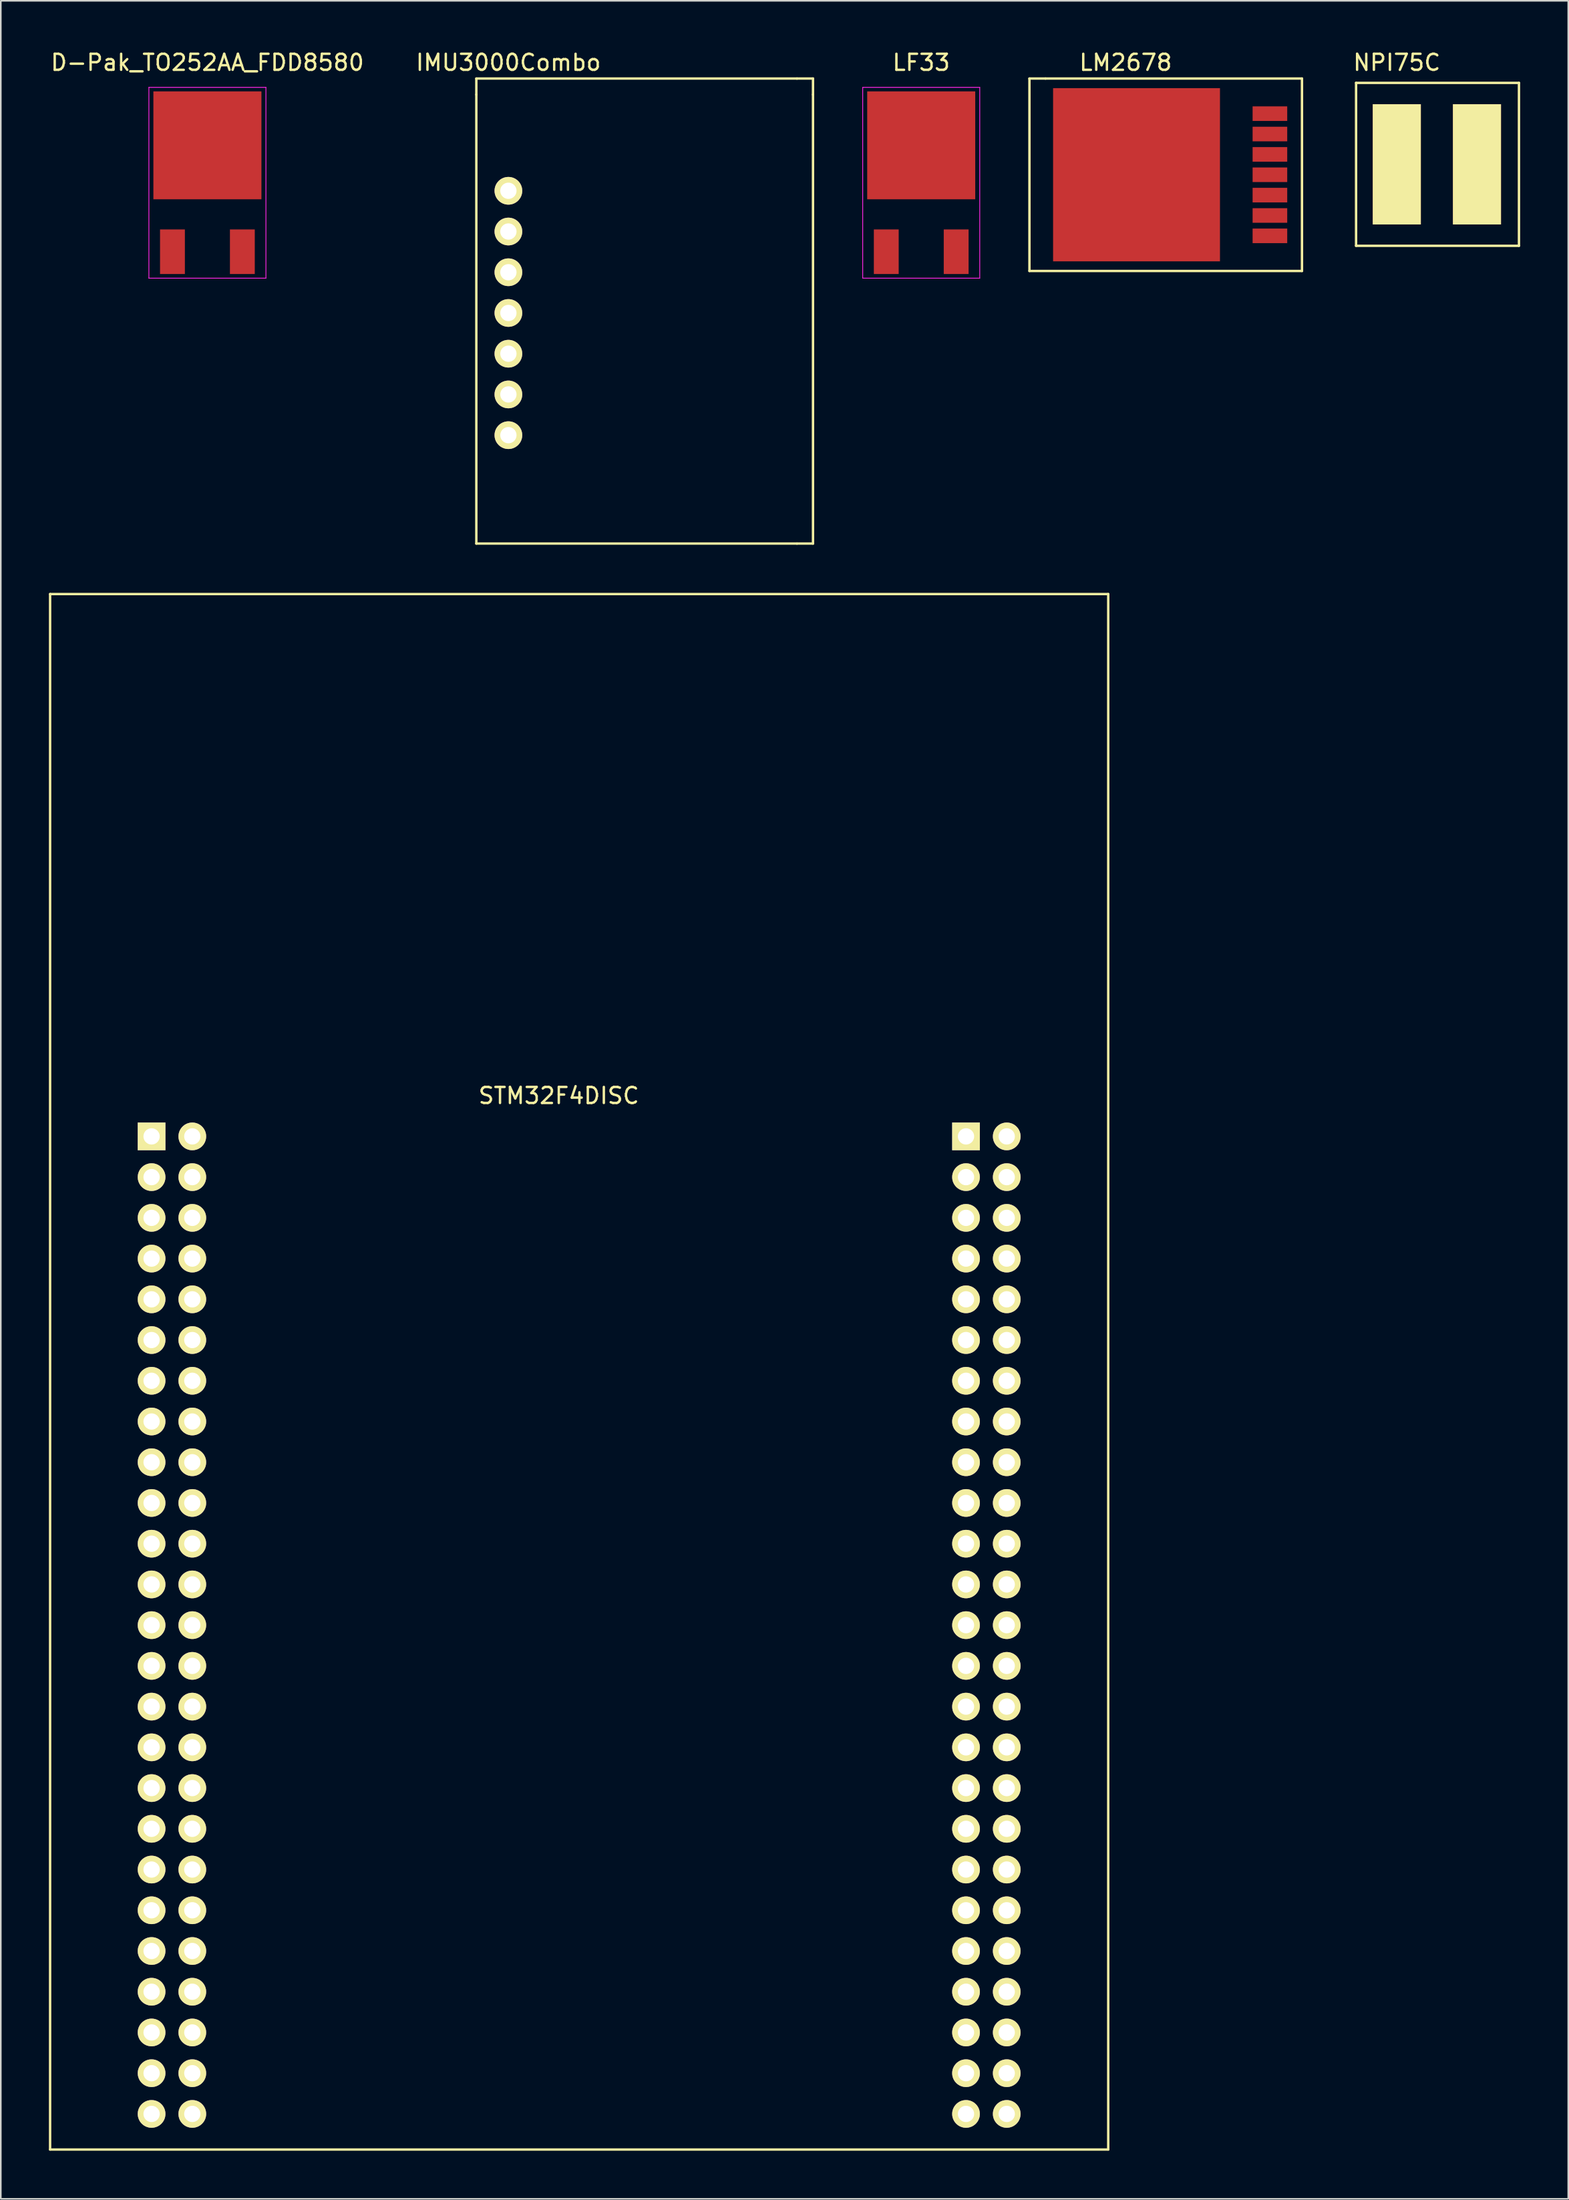
<source format=kicad_pcb>
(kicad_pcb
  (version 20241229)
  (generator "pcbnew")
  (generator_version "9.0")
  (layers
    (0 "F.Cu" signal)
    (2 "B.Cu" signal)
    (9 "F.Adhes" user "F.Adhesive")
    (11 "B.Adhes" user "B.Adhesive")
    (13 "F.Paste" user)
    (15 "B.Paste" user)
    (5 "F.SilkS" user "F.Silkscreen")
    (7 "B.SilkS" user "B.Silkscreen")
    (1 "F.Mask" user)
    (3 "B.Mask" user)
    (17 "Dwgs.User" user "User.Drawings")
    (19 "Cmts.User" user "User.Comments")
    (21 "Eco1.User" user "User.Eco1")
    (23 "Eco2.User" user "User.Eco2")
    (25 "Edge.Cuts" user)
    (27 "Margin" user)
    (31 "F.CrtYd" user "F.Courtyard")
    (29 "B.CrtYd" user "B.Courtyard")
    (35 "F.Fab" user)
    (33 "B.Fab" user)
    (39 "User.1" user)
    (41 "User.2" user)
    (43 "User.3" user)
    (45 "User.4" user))
  (footprint "NPI75C"
    (layer "F.Cu")
    (at 84.075 7.198)
    (property "Reference" "NPI75C" (at 0 -6.35 0) (layer "F.SilkS") (effects (font (size 1 1) (thickness 0.15))))
    (attr through_hole)
    (fp_line (start -2.54 -5.08) (end 7.62 -5.08) (stroke (width 0.15) (type solid)) (layer "F.SilkS"))
    (fp_line (start -2.54 5.08) (end -2.54 -5.08) (stroke (width 0.15) (type solid)) (layer "F.SilkS"))
    (fp_line (start 7.62 -5.08) (end 7.62 5.08) (stroke (width 0.15) (type solid)) (layer "F.SilkS"))
    (fp_line (start 7.62 5.08) (end -2.54 5.08) (stroke (width 0.15) (type solid)) (layer "F.SilkS"))
    (pad "1" smd rect (at 0 0) (size 3 7.5) (layers "F.Cu" "F.Mask" "F.SilkS" "F.Paste"))
    (pad "2" smd rect (at 5 0) (size 3 7.5) (layers "F.Cu" "F.Mask" "F.SilkS" "F.Paste")))
  (footprint "LM2678"
    (layer "F.Cu")
    (at 76.161 7.848)
    (property "Reference" "LM2678" (at -9 -7 0) (layer "F.SilkS") (effects (font (size 1 1) (thickness 0.15))))
    (attr through_hole)
    (fp_line (start -15 -6) (end -14 -6) (stroke (width 0.15) (type solid)) (layer "F.SilkS"))
    (fp_line (start -15 6) (end -15 -6) (stroke (width 0.15) (type solid)) (layer "F.SilkS"))
    (fp_line (start -14 -6) (end 2 -6) (stroke (width 0.15) (type solid)) (layer "F.SilkS"))
    (fp_line (start 2 -6) (end 2 6) (stroke (width 0.15) (type solid)) (layer "F.SilkS"))
    (fp_line (start 2 6) (end -15 6) (stroke (width 0.15) (type solid)) (layer "F.SilkS"))
    (pad "1" smd rect (at 0 3.81) (size 2.16 0.91) (layers "F.Cu" "F.Mask" "F.Paste"))
    (pad "2" smd rect (at 0 2.54) (size 2.16 0.91) (layers "F.Cu" "F.Mask" "F.Paste"))
    (pad "3" smd rect (at 0 1.27) (size 2.16 0.91) (layers "F.Cu" "F.Mask" "F.Paste"))
    (pad "4" smd rect (at 0 0) (size 2.16 0.91) (layers "F.Cu" "F.Mask" "F.Paste"))
    (pad "5" smd rect (at 0 -1.27) (size 2.16 0.91) (layers "F.Cu" "F.Mask" "F.Paste"))
    (pad "6" smd rect (at 0 -2.54) (size 2.16 0.91) (layers "F.Cu" "F.Mask" "F.Paste"))
    (pad "7" smd rect (at 0 -3.81) (size 2.16 0.91) (layers "F.Cu" "F.Mask" "F.Paste"))
    (pad "8" smd rect (at -8.32 0) (size 10.41 10.8) (layers "F.Cu" "F.Mask" "F.Paste")))
  (footprint "STM32F4DISC"
    (layer "F.Cu")
    (at 31.805 90.678)
    (property "Reference" "STM32F4DISC" (at 0 -25.4 0) (layer "F.SilkS") (effects (font (size 1 1) (thickness 0.15))))
    (attr through_hole)
    (fp_line (start -31.73 -56.68) (end 34.27 -56.68) (stroke (width 0.15) (type solid)) (layer "F.SilkS"))
    (fp_line (start -31.73 40.32) (end -31.73 -56.68) (stroke (width 0.15) (type solid)) (layer "F.SilkS"))
    (fp_line (start 34.27 -56.68) (end 34.27 40.32) (stroke (width 0.15) (type solid)) (layer "F.SilkS"))
    (fp_line (start 34.27 40.32) (end -31.73 40.32) (stroke (width 0.15) (type solid)) (layer "F.SilkS"))
    (pad "1" thru_hole rect (at -25.4 -22.86) (size 1.727 1.727) (drill 1.016) (layers "*.Cu" "*.Mask" "F.SilkS"))
    (pad "2" thru_hole oval (at -22.86 -22.86) (size 1.727 1.727) (drill 1.016) (layers "*.Cu" "*.Mask" "F.SilkS"))
    (pad "3" thru_hole oval (at -25.4 -20.32) (size 1.727 1.727) (drill 1.016) (layers "*.Cu" "*.Mask" "F.SilkS"))
    (pad "4" thru_hole oval (at -22.86 -20.32) (size 1.727 1.727) (drill 1.016) (layers "*.Cu" "*.Mask" "F.SilkS"))
    (pad "5" thru_hole oval (at -25.4 -17.78) (size 1.727 1.727) (drill 1.016) (layers "*.Cu" "*.Mask" "F.SilkS"))
    (pad "6" thru_hole oval (at -22.86 -17.78) (size 1.727 1.727) (drill 1.016) (layers "*.Cu" "*.Mask" "F.SilkS"))
    (pad "7" thru_hole oval (at -25.4 -15.24) (size 1.727 1.727) (drill 1.016) (layers "*.Cu" "*.Mask" "F.SilkS"))
    (pad "8" thru_hole oval (at -22.86 -15.24) (size 1.727 1.727) (drill 1.016) (layers "*.Cu" "*.Mask" "F.SilkS"))
    (pad "9" thru_hole oval (at -25.4 -12.7) (size 1.727 1.727) (drill 1.016) (layers "*.Cu" "*.Mask" "F.SilkS"))
    (pad "10" thru_hole oval (at -22.86 -12.7) (size 1.727 1.727) (drill 1.016) (layers "*.Cu" "*.Mask" "F.SilkS"))
    (pad "11" thru_hole oval (at -25.4 -10.16) (size 1.727 1.727) (drill 1.016) (layers "*.Cu" "*.Mask" "F.SilkS"))
    (pad "12" thru_hole oval (at -22.86 -10.16) (size 1.727 1.727) (drill 1.016) (layers "*.Cu" "*.Mask" "F.SilkS"))
    (pad "13" thru_hole oval (at -25.4 -7.62) (size 1.727 1.727) (drill 1.016) (layers "*.Cu" "*.Mask" "F.SilkS"))
    (pad "14" thru_hole oval (at -22.86 -7.62) (size 1.727 1.727) (drill 1.016) (layers "*.Cu" "*.Mask" "F.SilkS"))
    (pad "15" thru_hole oval (at -25.4 -5.08) (size 1.727 1.727) (drill 1.016) (layers "*.Cu" "*.Mask" "F.SilkS"))
    (pad "16" thru_hole oval (at -22.86 -5.08) (size 1.727 1.727) (drill 1.016) (layers "*.Cu" "*.Mask" "F.SilkS"))
    (pad "17" thru_hole oval (at -25.4 -2.54) (size 1.727 1.727) (drill 1.016) (layers "*.Cu" "*.Mask" "F.SilkS"))
    (pad "18" thru_hole oval (at -22.86 -2.54) (size 1.727 1.727) (drill 1.016) (layers "*.Cu" "*.Mask" "F.SilkS"))
    (pad "19" thru_hole oval (at -25.4 0) (size 1.727 1.727) (drill 1.016) (layers "*.Cu" "*.Mask" "F.SilkS"))
    (pad "20" thru_hole oval (at -22.86 0) (size 1.727 1.727) (drill 1.016) (layers "*.Cu" "*.Mask" "F.SilkS"))
    (pad "21" thru_hole oval (at -25.4 2.54) (size 1.727 1.727) (drill 1.016) (layers "*.Cu" "*.Mask" "F.SilkS"))
    (pad "22" thru_hole oval (at -22.86 2.54) (size 1.727 1.727) (drill 1.016) (layers "*.Cu" "*.Mask" "F.SilkS"))
    (pad "23" thru_hole oval (at -25.4 5.08) (size 1.727 1.727) (drill 1.016) (layers "*.Cu" "*.Mask" "F.SilkS"))
    (pad "24" thru_hole oval (at -22.86 5.08) (size 1.727 1.727) (drill 1.016) (layers "*.Cu" "*.Mask" "F.SilkS"))
    (pad "25" thru_hole oval (at -25.4 7.62) (size 1.727 1.727) (drill 1.016) (layers "*.Cu" "*.Mask" "F.SilkS"))
    (pad "26" thru_hole oval (at -22.86 7.62) (size 1.727 1.727) (drill 1.016) (layers "*.Cu" "*.Mask" "F.SilkS"))
    (pad "27" thru_hole oval (at -25.4 10.16) (size 1.727 1.727) (drill 1.016) (layers "*.Cu" "*.Mask" "F.SilkS"))
    (pad "28" thru_hole oval (at -22.86 10.16) (size 1.727 1.727) (drill 1.016) (layers "*.Cu" "*.Mask" "F.SilkS"))
    (pad "29" thru_hole oval (at -25.4 12.7) (size 1.727 1.727) (drill 1.016) (layers "*.Cu" "*.Mask" "F.SilkS"))
    (pad "30" thru_hole oval (at -22.86 12.7) (size 1.727 1.727) (drill 1.016) (layers "*.Cu" "*.Mask" "F.SilkS"))
    (pad "31" thru_hole oval (at -25.4 15.24) (size 1.727 1.727) (drill 1.016) (layers "*.Cu" "*.Mask" "F.SilkS"))
    (pad "32" thru_hole oval (at -22.86 15.24) (size 1.727 1.727) (drill 1.016) (layers "*.Cu" "*.Mask" "F.SilkS"))
    (pad "33" thru_hole oval (at -25.4 17.78) (size 1.727 1.727) (drill 1.016) (layers "*.Cu" "*.Mask" "F.SilkS"))
    (pad "34" thru_hole oval (at -22.86 17.78) (size 1.727 1.727) (drill 1.016) (layers "*.Cu" "*.Mask" "F.SilkS"))
    (pad "35" thru_hole oval (at -25.4 20.32) (size 1.727 1.727) (drill 1.016) (layers "*.Cu" "*.Mask" "F.SilkS"))
    (pad "36" thru_hole oval (at -22.86 20.32) (size 1.727 1.727) (drill 1.016) (layers "*.Cu" "*.Mask" "F.SilkS"))
    (pad "37" thru_hole oval (at -25.4 22.86) (size 1.727 1.727) (drill 1.016) (layers "*.Cu" "*.Mask" "F.SilkS"))
    (pad "38" thru_hole oval (at -22.86 22.86) (size 1.727 1.727) (drill 1.016) (layers "*.Cu" "*.Mask" "F.SilkS"))
    (pad "39" thru_hole oval (at -25.4 25.4) (size 1.727 1.727) (drill 1.016) (layers "*.Cu" "*.Mask" "F.SilkS"))
    (pad "40" thru_hole oval (at -22.86 25.4) (size 1.727 1.727) (drill 1.016) (layers "*.Cu" "*.Mask" "F.SilkS"))
    (pad "41" thru_hole oval (at -25.4 27.94) (size 1.727 1.727) (drill 1.016) (layers "*.Cu" "*.Mask" "F.SilkS"))
    (pad "42" thru_hole oval (at -22.86 27.94) (size 1.727 1.727) (drill 1.016) (layers "*.Cu" "*.Mask" "F.SilkS"))
    (pad "43" thru_hole oval (at -25.4 30.48) (size 1.727 1.727) (drill 1.016) (layers "*.Cu" "*.Mask" "F.SilkS"))
    (pad "44" thru_hole oval (at -22.86 30.48) (size 1.727 1.727) (drill 1.016) (layers "*.Cu" "*.Mask" "F.SilkS"))
    (pad "45" thru_hole oval (at -25.4 33.02) (size 1.727 1.727) (drill 1.016) (layers "*.Cu" "*.Mask" "F.SilkS"))
    (pad "46" thru_hole oval (at -22.86 33.02) (size 1.727 1.727) (drill 1.016) (layers "*.Cu" "*.Mask" "F.SilkS"))
    (pad "47" thru_hole oval (at -25.4 35.56) (size 1.727 1.727) (drill 1.016) (layers "*.Cu" "*.Mask" "F.SilkS"))
    (pad "48" thru_hole oval (at -22.86 35.56) (size 1.727 1.727) (drill 1.016) (layers "*.Cu" "*.Mask" "F.SilkS"))
    (pad "49" thru_hole oval (at -25.4 38.1) (size 1.727 1.727) (drill 1.016) (layers "*.Cu" "*.Mask" "F.SilkS"))
    (pad "50" thru_hole oval (at -22.86 38.1) (size 1.727 1.727) (drill 1.016) (layers "*.Cu" "*.Mask" "F.SilkS"))
    (pad "51" thru_hole rect (at 25.4 -22.86) (size 1.727 1.727) (drill 1.016) (layers "*.Cu" "*.Mask" "F.SilkS"))
    (pad "52" thru_hole oval (at 27.94 -22.86) (size 1.727 1.727) (drill 1.016) (layers "*.Cu" "*.Mask" "F.SilkS"))
    (pad "53" thru_hole oval (at 25.4 -20.32) (size 1.727 1.727) (drill 1.016) (layers "*.Cu" "*.Mask" "F.SilkS"))
    (pad "54" thru_hole oval (at 27.94 -20.32) (size 1.727 1.727) (drill 1.016) (layers "*.Cu" "*.Mask" "F.SilkS"))
    (pad "55" thru_hole oval (at 25.4 -17.78) (size 1.727 1.727) (drill 1.016) (layers "*.Cu" "*.Mask" "F.SilkS"))
    (pad "56" thru_hole oval (at 27.94 -17.78) (size 1.727 1.727) (drill 1.016) (layers "*.Cu" "*.Mask" "F.SilkS"))
    (pad "57" thru_hole oval (at 25.4 -15.24) (size 1.727 1.727) (drill 1.016) (layers "*.Cu" "*.Mask" "F.SilkS"))
    (pad "58" thru_hole oval (at 27.94 -15.24) (size 1.727 1.727) (drill 1.016) (layers "*.Cu" "*.Mask" "F.SilkS"))
    (pad "59" thru_hole oval (at 25.4 -12.7) (size 1.727 1.727) (drill 1.016) (layers "*.Cu" "*.Mask" "F.SilkS"))
    (pad "60" thru_hole oval (at 27.94 -12.7) (size 1.727 1.727) (drill 1.016) (layers "*.Cu" "*.Mask" "F.SilkS"))
    (pad "61" thru_hole oval (at 25.4 -10.16) (size 1.727 1.727) (drill 1.016) (layers "*.Cu" "*.Mask" "F.SilkS"))
    (pad "62" thru_hole oval (at 27.94 -10.16) (size 1.727 1.727) (drill 1.016) (layers "*.Cu" "*.Mask" "F.SilkS"))
    (pad "63" thru_hole oval (at 25.4 -7.62) (size 1.727 1.727) (drill 1.016) (layers "*.Cu" "*.Mask" "F.SilkS"))
    (pad "64" thru_hole oval (at 27.94 -7.62) (size 1.727 1.727) (drill 1.016) (layers "*.Cu" "*.Mask" "F.SilkS"))
    (pad "65" thru_hole oval (at 25.4 -5.08) (size 1.727 1.727) (drill 1.016) (layers "*.Cu" "*.Mask" "F.SilkS"))
    (pad "66" thru_hole oval (at 27.94 -5.08) (size 1.727 1.727) (drill 1.016) (layers "*.Cu" "*.Mask" "F.SilkS"))
    (pad "67" thru_hole oval (at 25.4 -2.54) (size 1.727 1.727) (drill 1.016) (layers "*.Cu" "*.Mask" "F.SilkS"))
    (pad "68" thru_hole oval (at 27.94 -2.54) (size 1.727 1.727) (drill 1.016) (layers "*.Cu" "*.Mask" "F.SilkS"))
    (pad "69" thru_hole oval (at 25.4 0) (size 1.727 1.727) (drill 1.016) (layers "*.Cu" "*.Mask" "F.SilkS"))
    (pad "70" thru_hole oval (at 27.94 0) (size 1.727 1.727) (drill 1.016) (layers "*.Cu" "*.Mask" "F.SilkS"))
    (pad "71" thru_hole oval (at 25.4 2.54) (size 1.727 1.727) (drill 1.016) (layers "*.Cu" "*.Mask" "F.SilkS"))
    (pad "72" thru_hole oval (at 27.94 2.54) (size 1.727 1.727) (drill 1.016) (layers "*.Cu" "*.Mask" "F.SilkS"))
    (pad "73" thru_hole oval (at 25.4 5.08) (size 1.727 1.727) (drill 1.016) (layers "*.Cu" "*.Mask" "F.SilkS"))
    (pad "74" thru_hole oval (at 27.94 5.08) (size 1.727 1.727) (drill 1.016) (layers "*.Cu" "*.Mask" "F.SilkS"))
    (pad "75" thru_hole oval (at 25.4 7.62) (size 1.727 1.727) (drill 1.016) (layers "*.Cu" "*.Mask" "F.SilkS"))
    (pad "76" thru_hole oval (at 27.94 7.62) (size 1.727 1.727) (drill 1.016) (layers "*.Cu" "*.Mask" "F.SilkS"))
    (pad "77" thru_hole oval (at 25.4 10.16) (size 1.727 1.727) (drill 1.016) (layers "*.Cu" "*.Mask" "F.SilkS"))
    (pad "78" thru_hole oval (at 27.94 10.16) (size 1.727 1.727) (drill 1.016) (layers "*.Cu" "*.Mask" "F.SilkS"))
    (pad "79" thru_hole oval (at 25.4 12.7) (size 1.727 1.727) (drill 1.016) (layers "*.Cu" "*.Mask" "F.SilkS"))
    (pad "80" thru_hole oval (at 27.94 12.7) (size 1.727 1.727) (drill 1.016) (layers "*.Cu" "*.Mask" "F.SilkS"))
    (pad "81" thru_hole oval (at 25.4 15.24) (size 1.727 1.727) (drill 1.016) (layers "*.Cu" "*.Mask" "F.SilkS"))
    (pad "82" thru_hole oval (at 27.94 15.24) (size 1.727 1.727) (drill 1.016) (layers "*.Cu" "*.Mask" "F.SilkS"))
    (pad "83" thru_hole oval (at 25.4 17.78) (size 1.727 1.727) (drill 1.016) (layers "*.Cu" "*.Mask" "F.SilkS"))
    (pad "84" thru_hole oval (at 27.94 17.78) (size 1.727 1.727) (drill 1.016) (layers "*.Cu" "*.Mask" "F.SilkS"))
    (pad "85" thru_hole oval (at 25.4 20.32) (size 1.727 1.727) (drill 1.016) (layers "*.Cu" "*.Mask" "F.SilkS"))
    (pad "86" thru_hole oval (at 27.94 20.32) (size 1.727 1.727) (drill 1.016) (layers "*.Cu" "*.Mask" "F.SilkS"))
    (pad "87" thru_hole oval (at 25.4 22.86) (size 1.727 1.727) (drill 1.016) (layers "*.Cu" "*.Mask" "F.SilkS"))
    (pad "88" thru_hole oval (at 27.94 22.86) (size 1.727 1.727) (drill 1.016) (layers "*.Cu" "*.Mask" "F.SilkS"))
    (pad "89" thru_hole oval (at 25.4 25.4) (size 1.727 1.727) (drill 1.016) (layers "*.Cu" "*.Mask" "F.SilkS"))
    (pad "90" thru_hole oval (at 27.94 25.4) (size 1.727 1.727) (drill 1.016) (layers "*.Cu" "*.Mask" "F.SilkS"))
    (pad "91" thru_hole oval (at 25.4 27.94) (size 1.727 1.727) (drill 1.016) (layers "*.Cu" "*.Mask" "F.SilkS"))
    (pad "92" thru_hole oval (at 27.94 27.94) (size 1.727 1.727) (drill 1.016) (layers "*.Cu" "*.Mask" "F.SilkS"))
    (pad "93" thru_hole oval (at 25.4 30.48) (size 1.727 1.727) (drill 1.016) (layers "*.Cu" "*.Mask" "F.SilkS"))
    (pad "94" thru_hole oval (at 27.94 30.48) (size 1.727 1.727) (drill 1.016) (layers "*.Cu" "*.Mask" "F.SilkS"))
    (pad "95" thru_hole oval (at 25.4 33.02) (size 1.727 1.727) (drill 1.016) (layers "*.Cu" "*.Mask" "F.SilkS"))
    (pad "96" thru_hole oval (at 27.94 33.02) (size 1.727 1.727) (drill 1.016) (layers "*.Cu" "*.Mask" "F.SilkS"))
    (pad "97" thru_hole oval (at 25.4 35.56) (size 1.727 1.727) (drill 1.016) (layers "*.Cu" "*.Mask" "F.SilkS"))
    (pad "98" thru_hole oval (at 27.94 35.56) (size 1.727 1.727) (drill 1.016) (layers "*.Cu" "*.Mask" "F.SilkS"))
    (pad "99" thru_hole oval (at 25.4 38.1) (size 1.727 1.727) (drill 1.016) (layers "*.Cu" "*.Mask" "F.SilkS"))
    (pad "100" thru_hole oval (at 27.94 38.1) (size 1.727 1.727) (drill 1.016) (layers "*.Cu" "*.Mask" "F.SilkS")))
  (footprint "D-Pak_TO252AA_FDD8580"
    (layer "F.Cu")
    (at 9.887 8.348)
    (property "Reference" "D-Pak_TO252AA_FDD8580" (at 0 -7.5 0) (layer "F.SilkS") (effects (font (size 1 1) (thickness 0.15))))
    (attr smd)
    (fp_line (start -3.65 -5.95) (end 3.65 -5.95) (stroke (width 0.05) (type solid)) (layer "F.CrtYd"))
    (fp_line (start -3.65 5.95) (end -3.65 -5.95) (stroke (width 0.05) (type solid)) (layer "F.CrtYd"))
    (fp_line (start 3.65 -5.95) (end 3.65 5.95) (stroke (width 0.05) (type solid)) (layer "F.CrtYd"))
    (fp_line (start 3.65 5.95) (end -3.65 5.95) (stroke (width 0.05) (type solid)) (layer "F.CrtYd"))
    (pad "1" smd rect (at -2.18 4.3) (size 1.55 2.78) (layers "F.Cu" "F.Mask" "F.Paste"))
    (pad "2" smd rect (at 0 -2.335) (size 6.74 6.73) (layers "F.Cu" "F.Mask" "F.Paste"))
    (pad "3" smd rect (at 2.18 4.3) (size 1.55 2.78) (layers "F.Cu" "F.Mask" "F.Paste")))
  (footprint "LF33"
    (layer "F.Cu")
    (at 54.411 8.348)
    (property "Reference" "LF33" (at 0 -7.5 0) (layer "F.SilkS") (effects (font (size 1 1) (thickness 0.15))))
    (attr smd)
    (fp_line (start -3.65 -5.95) (end 3.65 -5.95) (stroke (width 0.05) (type solid)) (layer "F.CrtYd"))
    (fp_line (start -3.65 5.95) (end -3.65 -5.95) (stroke (width 0.05) (type solid)) (layer "F.CrtYd"))
    (fp_line (start 3.65 -5.95) (end 3.65 5.95) (stroke (width 0.05) (type solid)) (layer "F.CrtYd"))
    (fp_line (start 3.65 5.95) (end -3.65 5.95) (stroke (width 0.05) (type solid)) (layer "F.CrtYd"))
    (pad "1" smd rect (at -2.18 4.3) (size 1.55 2.78) (layers "F.Cu" "F.Mask" "F.Paste"))
    (pad "2" smd rect (at 0 -2.335) (size 6.74 6.73) (layers "F.Cu" "F.Mask" "F.Paste"))
    (pad "3" smd rect (at 2.18 4.3) (size 1.55 2.78) (layers "F.Cu" "F.Mask" "F.Paste")))
  (footprint "IMU3000Combo"
    (layer "F.Cu")
    (at 28.661 8.848)
    (property "Reference" "IMU3000Combo" (at 0 -8 0) (layer "F.SilkS") (effects (font (size 1 1) (thickness 0.15))))
    (attr through_hole)
    (fp_line (start -2 -6) (end -2 -7) (stroke (width 0.15) (type solid)) (layer "F.SilkS"))
    (fp_line (start -2 -6) (end -2 22) (stroke (width 0.15) (type solid)) (layer "F.SilkS"))
    (fp_line (start -2 22) (end 18 22) (stroke (width 0.15) (type solid)) (layer "F.SilkS"))
    (fp_line (start 18 -7) (end -2 -7) (stroke (width 0.15) (type solid)) (layer "F.SilkS"))
    (fp_line (start 18 22) (end 19 22) (stroke (width 0.15) (type solid)) (layer "F.SilkS"))
    (fp_line (start 19 -7) (end 18 -7) (stroke (width 0.15) (type solid)) (layer "F.SilkS"))
    (fp_line (start 19 -6) (end 19 -7) (stroke (width 0.15) (type solid)) (layer "F.SilkS"))
    (fp_line (start 19 22) (end 19 -6) (stroke (width 0.15) (type solid)) (layer "F.SilkS"))
    (pad "1" thru_hole circle (at 0 0) (size 1.727 1.727) (drill 1.016) (layers "*.Cu" "*.Mask" "F.SilkS"))
    (pad "2" thru_hole circle (at 0 2.54) (size 1.727 1.727) (drill 1.016) (layers "*.Cu" "*.Mask" "F.SilkS"))
    (pad "3" thru_hole circle (at 0 5.08) (size 1.727 1.727) (drill 1.016) (layers "*.Cu" "*.Mask" "F.SilkS"))
    (pad "4" thru_hole circle (at 0 7.62) (size 1.727 1.727) (drill 1.016) (layers "*.Cu" "*.Mask" "F.SilkS"))
    (pad "5" thru_hole circle (at 0 10.16) (size 1.727 1.727) (drill 1.016) (layers "*.Cu" "*.Mask" "F.SilkS"))
    (pad "6" thru_hole circle (at 0 12.7) (size 1.727 1.727) (drill 1.016) (layers "*.Cu" "*.Mask" "F.SilkS"))
    (pad "7" thru_hole circle (at 0 15.24) (size 1.727 1.727) (drill 1.016) (layers "*.Cu" "*.Mask" "F.SilkS")))
  (gr_rect
    (start -3 -3)
    (end 94.77 134.073)
    (stroke (width 0.1) (type default))
    (fill no)
    (layer "Edge.Cuts")))
</source>
